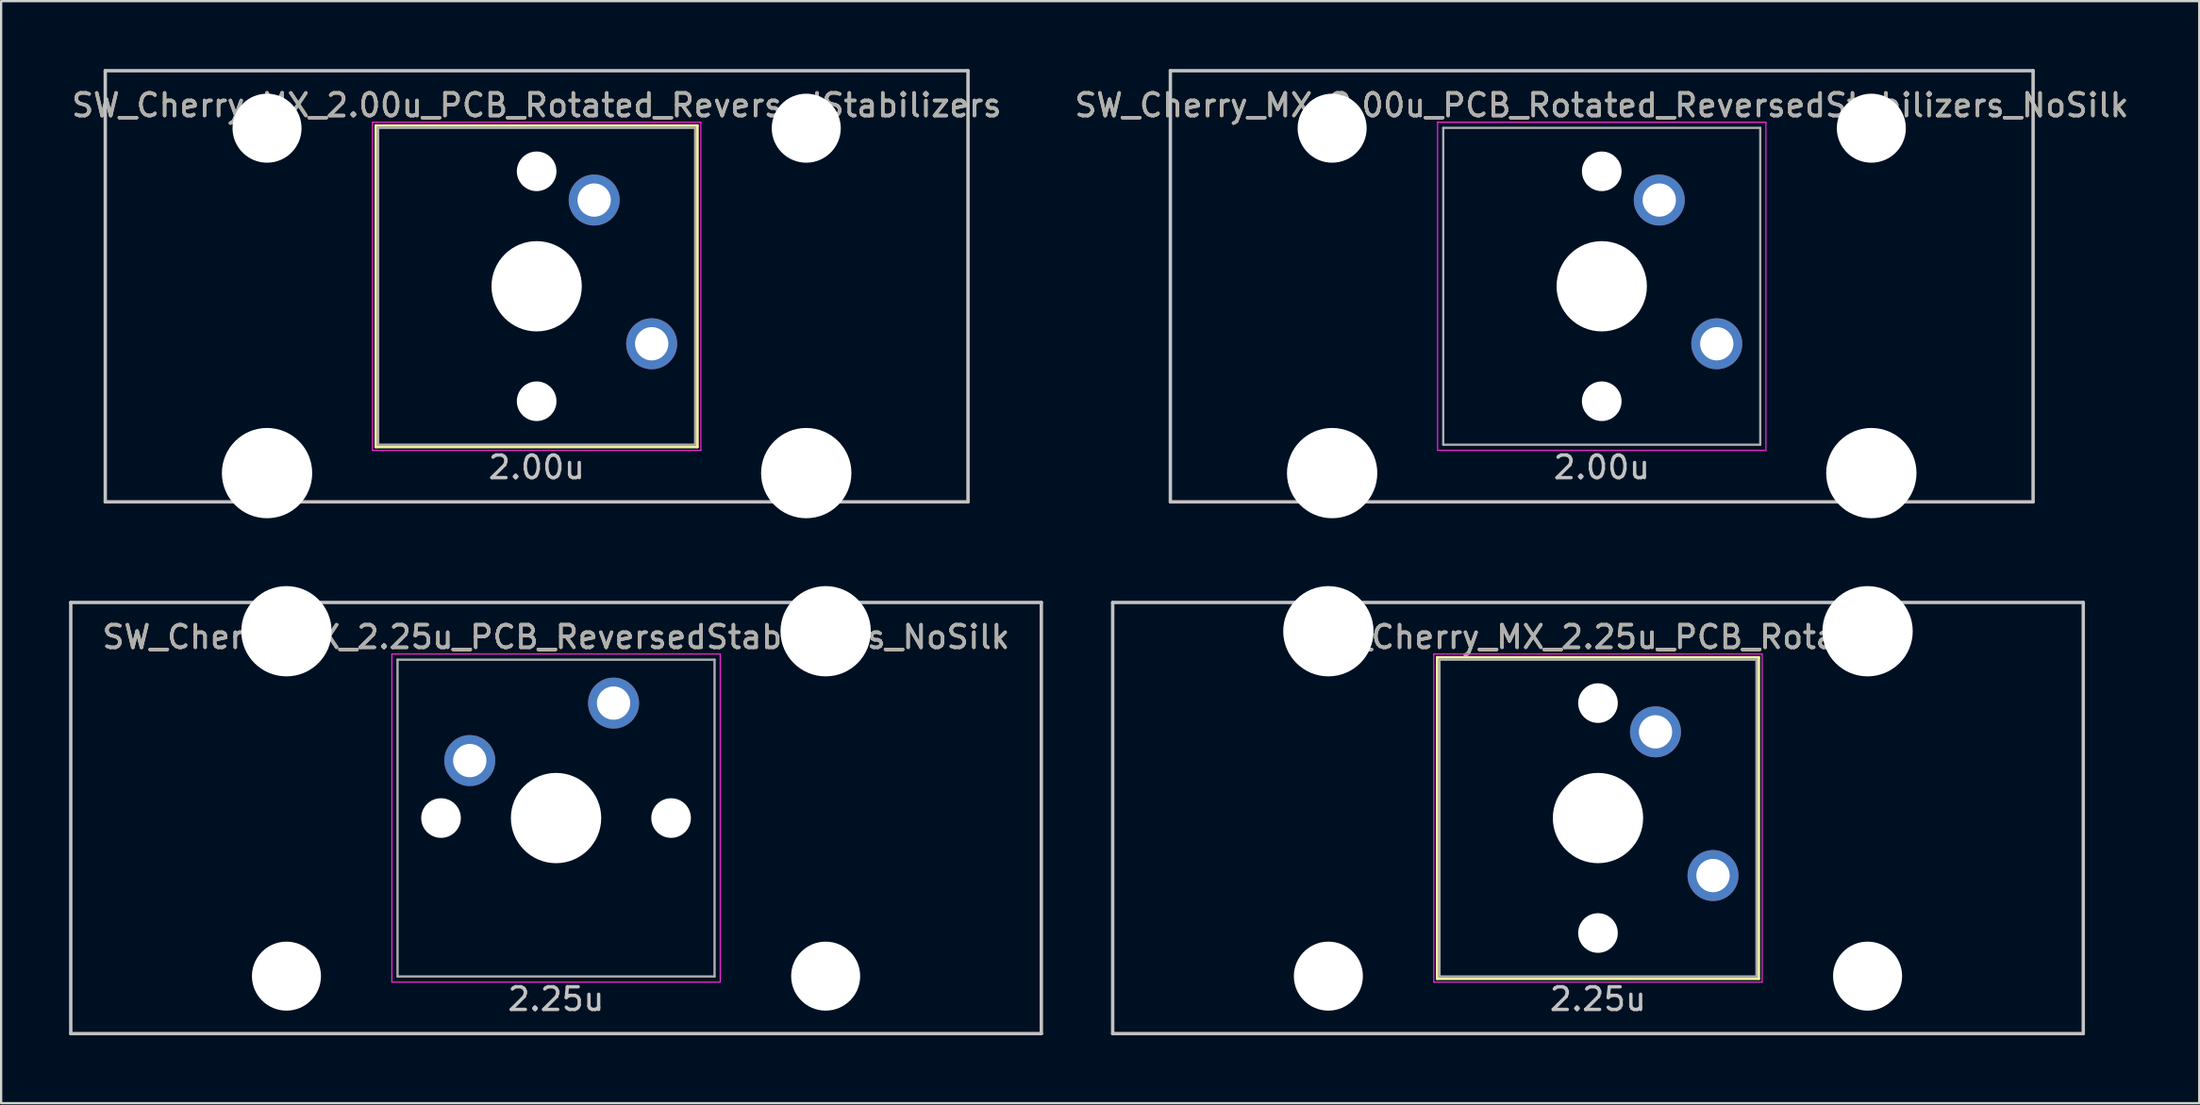
<source format=kicad_pcb>
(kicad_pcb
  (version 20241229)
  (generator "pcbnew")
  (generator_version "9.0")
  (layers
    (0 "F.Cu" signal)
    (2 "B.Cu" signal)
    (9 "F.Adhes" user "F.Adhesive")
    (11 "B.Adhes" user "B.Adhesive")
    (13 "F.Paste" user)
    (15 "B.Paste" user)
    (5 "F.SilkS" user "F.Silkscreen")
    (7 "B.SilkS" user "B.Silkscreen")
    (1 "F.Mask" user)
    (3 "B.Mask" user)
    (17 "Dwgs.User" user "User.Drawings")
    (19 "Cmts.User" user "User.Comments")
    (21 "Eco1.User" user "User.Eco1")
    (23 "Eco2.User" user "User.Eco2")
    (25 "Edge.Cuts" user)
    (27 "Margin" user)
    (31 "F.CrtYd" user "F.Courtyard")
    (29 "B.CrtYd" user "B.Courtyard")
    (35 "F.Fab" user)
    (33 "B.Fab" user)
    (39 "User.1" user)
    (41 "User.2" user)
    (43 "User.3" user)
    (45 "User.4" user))
  (footprint "SW_Cherry_MX_2.00u_PCB_Rotated_ReversedStabilizers"
    (layer "F.Cu")
    (at 20.649 9.6)
    (property "Reference" "SW_Cherry_MX_2.00u_PCB_Rotated_ReversedStabilizers" (at 0 -8 0) (layer "F.SilkS") (effects (font (size 1 1) (thickness 0.15))))
    (attr through_hole)
    (fp_line (start -7.1 -7.1) (end 7.1 -7.1) (stroke (width 0.12) (type solid)) (layer "F.SilkS"))
    (fp_line (start -7.1 7.1) (end -7.1 -7.1) (stroke (width 0.12) (type solid)) (layer "F.SilkS"))
    (fp_line (start 7.1 -7.1) (end 7.1 7.1) (stroke (width 0.12) (type solid)) (layer "F.SilkS"))
    (fp_line (start 7.1 7.1) (end -7.1 7.1) (stroke (width 0.12) (type solid)) (layer "F.SilkS"))
    (fp_line (start -19.05 9.525) (end -19.05 -9.525) (stroke (width 0.15) (type solid)) (layer "Dwgs.User"))
    (fp_line (start 19.05 -9.525) (end -19.05 -9.525) (stroke (width 0.15) (type solid)) (layer "Dwgs.User"))
    (fp_line (start 19.05 -9.525) (end 19.05 9.525) (stroke (width 0.15) (type solid)) (layer "Dwgs.User"))
    (fp_line (start 19.05 9.525) (end -19.05 9.525) (stroke (width 0.15) (type solid)) (layer "Dwgs.User"))
    (fp_line (start -7.25 -7.25) (end 7.25 -7.25) (stroke (width 0.05) (type solid)) (layer "F.CrtYd"))
    (fp_line (start -7.25 7.25) (end -7.25 -7.25) (stroke (width 0.05) (type solid)) (layer "F.CrtYd"))
    (fp_line (start 7.25 -7.25) (end 7.25 7.25) (stroke (width 0.05) (type solid)) (layer "F.CrtYd"))
    (fp_line (start 7.25 7.25) (end -7.25 7.25) (stroke (width 0.05) (type solid)) (layer "F.CrtYd"))
    (fp_line (start -7 -7) (end 7 -7) (stroke (width 0.1) (type solid)) (layer "F.Fab"))
    (fp_line (start -7 7) (end -7 -7) (stroke (width 0.1) (type solid)) (layer "F.Fab"))
    (fp_line (start 7 -7) (end 7 7) (stroke (width 0.1) (type solid)) (layer "F.Fab"))
    (fp_line (start 7 7) (end -7 7) (stroke (width 0.1) (type solid)) (layer "F.Fab"))
    (fp_text user "2.00u" (at 0 8 0) (layer "Dwgs.User") (effects (font (size 1 1) (thickness 0.15))))
    (fp_text user "${REFERENCE}" (at 0 -8 0) (layer "F.Fab") (effects (font (size 1 1) (thickness 0.15))))
    (pad "" np_thru_hole circle (at -11.906 -6.985 180) (size 3.048 3.048) (drill 3.048) (layers "*.Cu" "*.Mask"))
    (pad "" np_thru_hole circle (at -11.906 8.255 180) (size 3.988 3.988) (drill 3.988) (layers "*.Cu" "*.Mask"))
    (pad "" np_thru_hole circle (at 0 -5.08 318.1) (size 1.75 1.75) (drill 1.75) (layers "*.Cu" "*.Mask"))
    (pad "" np_thru_hole circle (at 0 0 270) (size 3.988 3.988) (drill 3.988) (layers "*.Cu" "*.Mask"))
    (pad "" np_thru_hole circle (at 0 5.08 318.1) (size 1.75 1.75) (drill 1.75) (layers "*.Cu" "*.Mask"))
    (pad "" np_thru_hole circle (at 11.906 -6.985 180) (size 3.048 3.048) (drill 3.048) (layers "*.Cu" "*.Mask"))
    (pad "" np_thru_hole circle (at 11.906 8.255 180) (size 3.988 3.988) (drill 3.988) (layers "*.Cu" "*.Mask"))
    (pad "1" thru_hole circle (at 2.54 -3.81 270) (size 2.25 2.25) (drill 1.47) (layers "*.Cu" "B.Mask"))
    (pad "2" thru_hole circle (at 5.08 2.54 270) (size 2.25 2.25) (drill 1.47) (layers "*.Cu" "B.Mask")))
  (footprint "SW_Cherry_MX_2.25u_PCB_ReversedStabilizers_NoSilk"
    (layer "F.Cu")
    (at 21.506 33.098)
    (property "Reference" "SW_Cherry_MX_2.25u_PCB_ReversedStabilizers_NoSilk" (at 0 -8 0) (layer "F.SilkS") (effects (font (size 1 1) (thickness 0.15))))
    (attr through_hole)
    (fp_line (start -21.431 -9.525) (end 21.431 -9.525) (stroke (width 0.15) (type solid)) (layer "Dwgs.User"))
    (fp_line (start -21.431 9.525) (end -21.431 -9.525) (stroke (width 0.15) (type solid)) (layer "Dwgs.User"))
    (fp_line (start -21.431 9.525) (end 21.431 9.525) (stroke (width 0.15) (type solid)) (layer "Dwgs.User"))
    (fp_line (start 21.431 -9.525) (end 21.431 9.525) (stroke (width 0.15) (type solid)) (layer "Dwgs.User"))
    (fp_line (start -7.25 -7.25) (end 7.25 -7.25) (stroke (width 0.05) (type solid)) (layer "F.CrtYd"))
    (fp_line (start -7.25 7.25) (end -7.25 -7.25) (stroke (width 0.05) (type solid)) (layer "F.CrtYd"))
    (fp_line (start 7.25 -7.25) (end 7.25 7.25) (stroke (width 0.05) (type solid)) (layer "F.CrtYd"))
    (fp_line (start 7.25 7.25) (end -7.25 7.25) (stroke (width 0.05) (type solid)) (layer "F.CrtYd"))
    (fp_line (start -7 -7) (end 7 -7) (stroke (width 0.1) (type solid)) (layer "F.Fab"))
    (fp_line (start -7 7) (end -7 -7) (stroke (width 0.1) (type solid)) (layer "F.Fab"))
    (fp_line (start 7 -7) (end 7 7) (stroke (width 0.1) (type solid)) (layer "F.Fab"))
    (fp_line (start 7 7) (end -7 7) (stroke (width 0.1) (type solid)) (layer "F.Fab"))
    (fp_text user "2.25u" (at 0 8 0) (layer "Dwgs.User") (effects (font (size 1 1) (thickness 0.15))))
    (fp_text user "${REFERENCE}" (at 0 -8 0) (layer "F.Fab") (effects (font (size 1 1) (thickness 0.15))))
    (pad "" np_thru_hole circle (at -11.906 -8.255) (size 3.988 3.988) (drill 3.988) (layers "*.Cu" "*.Mask"))
    (pad "" np_thru_hole circle (at -11.906 6.985) (size 3.048 3.048) (drill 3.048) (layers "*.Cu" "*.Mask"))
    (pad "" np_thru_hole circle (at -5.08 0 48.1) (size 1.75 1.75) (drill 1.75) (layers "*.Cu" "*.Mask"))
    (pad "" np_thru_hole circle (at 0 0) (size 3.988 3.988) (drill 3.988) (layers "*.Cu" "*.Mask"))
    (pad "" np_thru_hole circle (at 5.08 0 48.1) (size 1.75 1.75) (drill 1.75) (layers "*.Cu" "*.Mask"))
    (pad "" np_thru_hole circle (at 11.906 -8.255) (size 3.988 3.988) (drill 3.988) (layers "*.Cu" "*.Mask"))
    (pad "" np_thru_hole circle (at 11.906 6.985) (size 3.048 3.048) (drill 3.048) (layers "*.Cu" "*.Mask"))
    (pad "1" thru_hole circle (at -3.81 -2.54) (size 2.25 2.25) (drill 1.47) (layers "*.Cu" "B.Mask"))
    (pad "2" thru_hole circle (at 2.54 -5.08) (size 2.25 2.25) (drill 1.47) (layers "*.Cu" "B.Mask")))
  (footprint "SW_Cherry_MX_2.25u_PCB_Rotated"
    (layer "F.Cu")
    (at 67.519 33.098)
    (property "Reference" "SW_Cherry_MX_2.25u_PCB_Rotated" (at 0 -8 0) (layer "F.SilkS") (effects (font (size 1 1) (thickness 0.15))))
    (attr through_hole)
    (fp_line (start -7.1 -7.1) (end 7.1 -7.1) (stroke (width 0.12) (type solid)) (layer "F.SilkS"))
    (fp_line (start -7.1 7.1) (end -7.1 -7.1) (stroke (width 0.12) (type solid)) (layer "F.SilkS"))
    (fp_line (start 7.1 -7.1) (end 7.1 7.1) (stroke (width 0.12) (type solid)) (layer "F.SilkS"))
    (fp_line (start 7.1 7.1) (end -7.1 7.1) (stroke (width 0.12) (type solid)) (layer "F.SilkS"))
    (fp_line (start -21.431 9.525) (end -21.431 -9.525) (stroke (width 0.15) (type solid)) (layer "Dwgs.User"))
    (fp_line (start 21.431 -9.525) (end -21.431 -9.525) (stroke (width 0.15) (type solid)) (layer "Dwgs.User"))
    (fp_line (start 21.431 -9.525) (end 21.431 9.525) (stroke (width 0.15) (type solid)) (layer "Dwgs.User"))
    (fp_line (start 21.431 9.525) (end -21.431 9.525) (stroke (width 0.15) (type solid)) (layer "Dwgs.User"))
    (fp_line (start -7.25 -7.25) (end 7.25 -7.25) (stroke (width 0.05) (type solid)) (layer "F.CrtYd"))
    (fp_line (start -7.25 7.25) (end -7.25 -7.25) (stroke (width 0.05) (type solid)) (layer "F.CrtYd"))
    (fp_line (start 7.25 -7.25) (end 7.25 7.25) (stroke (width 0.05) (type solid)) (layer "F.CrtYd"))
    (fp_line (start 7.25 7.25) (end -7.25 7.25) (stroke (width 0.05) (type solid)) (layer "F.CrtYd"))
    (fp_line (start -7 -7) (end 7 -7) (stroke (width 0.1) (type solid)) (layer "F.Fab"))
    (fp_line (start -7 7) (end -7 -7) (stroke (width 0.1) (type solid)) (layer "F.Fab"))
    (fp_line (start 7 -7) (end 7 7) (stroke (width 0.1) (type solid)) (layer "F.Fab"))
    (fp_line (start 7 7) (end -7 7) (stroke (width 0.1) (type solid)) (layer "F.Fab"))
    (fp_text user "2.25u" (at 0 8 0) (layer "Dwgs.User") (effects (font (size 1 1) (thickness 0.15))))
    (fp_text user "${REFERENCE}" (at 0 -8 0) (layer "F.Fab") (effects (font (size 1 1) (thickness 0.15))))
    (pad "" np_thru_hole circle (at -11.906 -8.255 180) (size 3.988 3.988) (drill 3.988) (layers "*.Cu" "*.Mask"))
    (pad "" np_thru_hole circle (at -11.906 6.985 180) (size 3.048 3.048) (drill 3.048) (layers "*.Cu" "*.Mask"))
    (pad "" np_thru_hole circle (at 0 -5.08 318.1) (size 1.75 1.75) (drill 1.75) (layers "*.Cu" "*.Mask"))
    (pad "" np_thru_hole circle (at 0 0 270) (size 3.988 3.988) (drill 3.988) (layers "*.Cu" "*.Mask"))
    (pad "" np_thru_hole circle (at 0 5.08 318.1) (size 1.75 1.75) (drill 1.75) (layers "*.Cu" "*.Mask"))
    (pad "" np_thru_hole circle (at 11.906 -8.255 180) (size 3.988 3.988) (drill 3.988) (layers "*.Cu" "*.Mask"))
    (pad "" np_thru_hole circle (at 11.906 6.985 180) (size 3.048 3.048) (drill 3.048) (layers "*.Cu" "*.Mask"))
    (pad "1" thru_hole circle (at 2.54 -3.81 270) (size 2.25 2.25) (drill 1.47) (layers "*.Cu" "B.Mask"))
    (pad "2" thru_hole circle (at 5.08 2.54 270) (size 2.25 2.25) (drill 1.47) (layers "*.Cu" "B.Mask")))
  (footprint "SW_Cherry_MX_2.00u_PCB_Rotated_ReversedStabilizers_NoSilk"
    (layer "F.Cu")
    (at 67.685 9.6)
    (property "Reference" "SW_Cherry_MX_2.00u_PCB_Rotated_ReversedStabilizers_NoSilk" (at 0 -8 0) (layer "F.SilkS") (effects (font (size 1 1) (thickness 0.15))))
    (attr through_hole)
    (fp_line (start -19.05 9.525) (end -19.05 -9.525) (stroke (width 0.15) (type solid)) (layer "Dwgs.User"))
    (fp_line (start 19.05 -9.525) (end -19.05 -9.525) (stroke (width 0.15) (type solid)) (layer "Dwgs.User"))
    (fp_line (start 19.05 -9.525) (end 19.05 9.525) (stroke (width 0.15) (type solid)) (layer "Dwgs.User"))
    (fp_line (start 19.05 9.525) (end -19.05 9.525) (stroke (width 0.15) (type solid)) (layer "Dwgs.User"))
    (fp_line (start -7.25 -7.25) (end 7.25 -7.25) (stroke (width 0.05) (type solid)) (layer "F.CrtYd"))
    (fp_line (start -7.25 7.25) (end -7.25 -7.25) (stroke (width 0.05) (type solid)) (layer "F.CrtYd"))
    (fp_line (start 7.25 -7.25) (end 7.25 7.25) (stroke (width 0.05) (type solid)) (layer "F.CrtYd"))
    (fp_line (start 7.25 7.25) (end -7.25 7.25) (stroke (width 0.05) (type solid)) (layer "F.CrtYd"))
    (fp_line (start -7 -7) (end 7 -7) (stroke (width 0.1) (type solid)) (layer "F.Fab"))
    (fp_line (start -7 7) (end -7 -7) (stroke (width 0.1) (type solid)) (layer "F.Fab"))
    (fp_line (start 7 -7) (end 7 7) (stroke (width 0.1) (type solid)) (layer "F.Fab"))
    (fp_line (start 7 7) (end -7 7) (stroke (width 0.1) (type solid)) (layer "F.Fab"))
    (fp_text user "2.00u" (at 0 8 0) (layer "Dwgs.User") (effects (font (size 1 1) (thickness 0.15))))
    (fp_text user "${REFERENCE}" (at 0 -8 0) (layer "F.Fab") (effects (font (size 1 1) (thickness 0.15))))
    (pad "" np_thru_hole circle (at -11.906 -6.985 180) (size 3.048 3.048) (drill 3.048) (layers "*.Cu" "*.Mask"))
    (pad "" np_thru_hole circle (at -11.906 8.255 180) (size 3.988 3.988) (drill 3.988) (layers "*.Cu" "*.Mask"))
    (pad "" np_thru_hole circle (at 0 -5.08 318.1) (size 1.75 1.75) (drill 1.75) (layers "*.Cu" "*.Mask"))
    (pad "" np_thru_hole circle (at 0 0 270) (size 3.988 3.988) (drill 3.988) (layers "*.Cu" "*.Mask"))
    (pad "" np_thru_hole circle (at 0 5.08 318.1) (size 1.75 1.75) (drill 1.75) (layers "*.Cu" "*.Mask"))
    (pad "" np_thru_hole circle (at 11.906 -6.985 180) (size 3.048 3.048) (drill 3.048) (layers "*.Cu" "*.Mask"))
    (pad "" np_thru_hole circle (at 11.906 8.255 180) (size 3.988 3.988) (drill 3.988) (layers "*.Cu" "*.Mask"))
    (pad "1" thru_hole circle (at 2.54 -3.81 270) (size 2.25 2.25) (drill 1.47) (layers "*.Cu" "B.Mask"))
    (pad "2" thru_hole circle (at 5.08 2.54 270) (size 2.25 2.25) (drill 1.47) (layers "*.Cu" "B.Mask")))
  (gr_rect
    (start -3 -3)
    (end 94.071 45.698)
    (stroke (width 0.1) (type default))
    (fill no)
    (layer "Edge.Cuts")))
</source>
